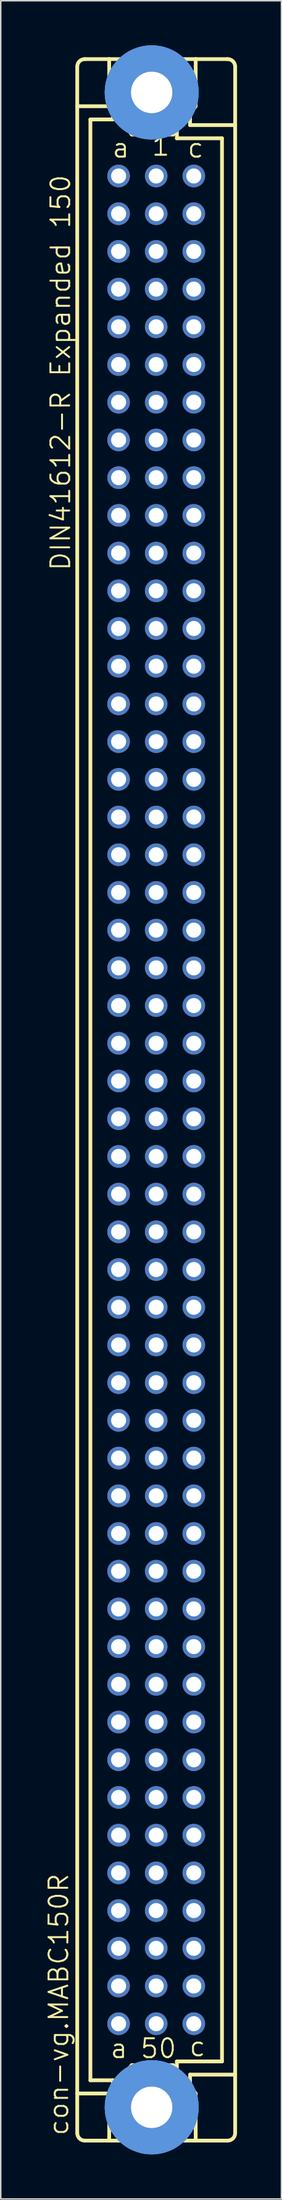
<source format=kicad_pcb>
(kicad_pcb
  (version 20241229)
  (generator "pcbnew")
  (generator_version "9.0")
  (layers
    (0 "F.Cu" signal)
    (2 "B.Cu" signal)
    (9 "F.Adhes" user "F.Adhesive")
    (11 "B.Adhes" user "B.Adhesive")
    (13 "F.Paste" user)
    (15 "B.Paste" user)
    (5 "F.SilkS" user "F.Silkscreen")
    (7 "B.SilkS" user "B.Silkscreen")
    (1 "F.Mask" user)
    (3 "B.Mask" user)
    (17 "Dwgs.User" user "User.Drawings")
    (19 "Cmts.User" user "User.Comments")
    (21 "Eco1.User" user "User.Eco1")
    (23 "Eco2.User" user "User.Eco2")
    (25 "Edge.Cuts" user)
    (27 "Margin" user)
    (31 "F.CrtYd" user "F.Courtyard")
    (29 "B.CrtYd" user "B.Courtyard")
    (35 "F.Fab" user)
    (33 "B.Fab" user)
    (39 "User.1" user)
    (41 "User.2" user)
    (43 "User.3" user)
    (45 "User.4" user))
  (footprint "con-vg.MABC150R"
    (layer "F.Cu")
    (at 7.502 71.035)
    (property "Reference" "con-vg.MABC150R" (at -5.842 69.85 90) (layer "F.SilkS") (effects (font (size 1.27 1.27) (thickness 0.13)) (justify left bottom)))
    (attr through_hole)
    (fp_line (start -5.334 -66.929) (end -5.334 -69.596) (stroke (width 0.254) (type default)) (layer "F.SilkS"))
    (fp_line (start -5.334 -66.929) (end -3.175 -66.929) (stroke (width 0.254) (type default)) (layer "F.SilkS"))
    (fp_line (start -5.334 66.929) (end -5.334 -66.929) (stroke (width 0.254) (type default)) (layer "F.SilkS"))
    (fp_line (start -5.334 66.929) (end -3.175 66.929) (stroke (width 0.254) (type default)) (layer "F.SilkS"))
    (fp_line (start -5.334 69.596) (end -5.334 66.929) (stroke (width 0.254) (type default)) (layer "F.SilkS"))
    (fp_line (start -4.826 -70.104) (end -3.175 -70.104) (stroke (width 0.254) (type default)) (layer "F.SilkS"))
    (fp_line (start -4.826 70.104) (end -3.175 70.104) (stroke (width 0.254) (type default)) (layer "F.SilkS"))
    (fp_line (start -4.445 -66.04) (end -4.445 66.04) (stroke (width 0.254) (type default)) (layer "F.SilkS"))
    (fp_line (start -4.445 66.04) (end -2.921 66.04) (stroke (width 0.254) (type default)) (layer "F.SilkS"))
    (fp_line (start -3.175 -70.104) (end -3.175 -66.929) (stroke (width 0.254) (type default)) (layer "F.SilkS"))
    (fp_line (start -3.175 70.104) (end -3.175 66.929) (stroke (width 0.254) (type default)) (layer "F.SilkS"))
    (fp_line (start -3.175 70.104) (end 2.667 70.104) (stroke (width 0.254) (type default)) (layer "F.SilkS"))
    (fp_line (start -2.921 -66.548) (end -2.921 -66.04) (stroke (width 0.254) (type default)) (layer "F.SilkS"))
    (fp_line (start -2.921 -66.04) (end -4.445 -66.04) (stroke (width 0.254) (type default)) (layer "F.SilkS"))
    (fp_line (start -2.921 66.04) (end -2.921 66.548) (stroke (width 0.254) (type default)) (layer "F.SilkS"))
    (fp_line (start -1.651 -65.024) (end -3.175 -66.929) (stroke (width 0.254) (type default)) (layer "F.SilkS"))
    (fp_line (start -1.651 65.024) (end -3.175 66.929) (stroke (width 0.254) (type default)) (layer "F.SilkS"))
    (fp_line (start -1.651 65.024) (end 1.143 65.024) (stroke (width 0.254) (type default)) (layer "F.SilkS"))
    (fp_line (start 1.143 -65.024) (end -1.651 -65.024) (stroke (width 0.254) (type default)) (layer "F.SilkS"))
    (fp_line (start 1.143 -65.024) (end 2.667 -66.929) (stroke (width 0.254) (type default)) (layer "F.SilkS"))
    (fp_line (start 1.143 65.024) (end 1.397 65.405) (stroke (width 0.254) (type default)) (layer "F.SilkS"))
    (fp_line (start 1.143 65.024) (end 2.667 66.929) (stroke (width 0.254) (type default)) (layer "F.SilkS"))
    (fp_line (start 1.397 -64.77) (end 1.397 -65.278) (stroke (width 0.254) (type default)) (layer "F.SilkS"))
    (fp_line (start 1.397 64.77) (end 4.445 64.77) (stroke (width 0.254) (type default)) (layer "F.SilkS"))
    (fp_line (start 1.397 65.405) (end 1.397 64.77) (stroke (width 0.254) (type default)) (layer "F.SilkS"))
    (fp_line (start 2.286 -65.659) (end 2.286 -66.421) (stroke (width 0.254) (type default)) (layer "F.SilkS"))
    (fp_line (start 2.286 65.659) (end 2.286 66.421) (stroke (width 0.254) (type default)) (layer "F.SilkS"))
    (fp_line (start 2.286 65.659) (end 5.334 65.659) (stroke (width 0.254) (type default)) (layer "F.SilkS"))
    (fp_line (start 2.667 -70.104) (end -3.175 -70.104) (stroke (width 0.254) (type default)) (layer "F.SilkS"))
    (fp_line (start 2.667 -70.104) (end 2.667 -66.929) (stroke (width 0.254) (type default)) (layer "F.SilkS"))
    (fp_line (start 2.667 70.104) (end 2.667 66.929) (stroke (width 0.254) (type default)) (layer "F.SilkS"))
    (fp_line (start 2.667 70.104) (end 4.826 70.104) (stroke (width 0.254) (type default)) (layer "F.SilkS"))
    (fp_line (start 4.445 -64.77) (end 1.397 -64.77) (stroke (width 0.254) (type default)) (layer "F.SilkS"))
    (fp_line (start 4.445 64.77) (end 4.445 -64.77) (stroke (width 0.254) (type default)) (layer "F.SilkS"))
    (fp_line (start 4.826 -70.104) (end 2.667 -70.104) (stroke (width 0.254) (type default)) (layer "F.SilkS"))
    (fp_line (start 5.334 -65.659) (end 2.286 -65.659) (stroke (width 0.254) (type default)) (layer "F.SilkS"))
    (fp_line (start 5.334 -65.659) (end 5.334 -69.596) (stroke (width 0.254) (type default)) (layer "F.SilkS"))
    (fp_line (start 5.334 65.659) (end 5.334 -65.659) (stroke (width 0.254) (type default)) (layer "F.SilkS"))
    (fp_line (start 5.334 69.596) (end 5.334 65.659) (stroke (width 0.254) (type default)) (layer "F.SilkS"))
    (fp_arc (start -5.334 -69.596) (mid -5.18521 -69.95521) (end -4.826 -70.104) (stroke (width 0.254) (type default)) (layer "F.SilkS"))
    (fp_arc (start -4.826 70.104) (mid -5.18521 69.95521) (end -5.334 69.596) (stroke (width 0.254) (type default)) (layer "F.SilkS"))
    (fp_arc (start 4.826 -70.104) (mid 5.18521 -69.95521) (end 5.334 -69.596) (stroke (width 0.254) (type default)) (layer "F.SilkS"))
    (fp_arc (start 5.334 69.596) (mid 5.18521 69.95521) (end 4.826 70.104) (stroke (width 0.254) (type default)) (layer "F.SilkS"))
    (fp_circle (center -0.305 -67.86) (end 0.965 -67.86) (stroke (width 0.254) (type default)) (fill no) (layer "F.SilkS"))
    (fp_circle (center -0.305 67.86) (end 0.965 67.86) (stroke (width 0.254) (type default)) (fill no) (layer "F.SilkS"))
    (fp_circle (center -0.305 -67.86) (end 1.981 -67.86) (stroke (width 1.778) (type default)) (fill no) (layer "Cmts.User"))
    (fp_circle (center -0.305 -67.86) (end 1.981 -67.86) (stroke (width 1.778) (type default)) (fill no) (layer "Cmts.User"))
    (fp_circle (center -0.305 67.86) (end 1.981 67.86) (stroke (width 1.778) (type default)) (fill no) (layer "Cmts.User"))
    (fp_circle (center -0.305 67.86) (end 1.981 67.86) (stroke (width 1.778) (type default)) (fill no) (layer "Cmts.User"))
    (fp_text user "c" (at 2.032 -63.373 0) (layer "F.SilkS") (effects (font (size 1.27 1.27) (thickness 0.13)) (justify left bottom)))
    (fp_text user "a " (at -3.175 64.643 0) (layer "F.SilkS") (effects (font (size 1.27 1.27) (thickness 0.13)) (justify left bottom)))
    (fp_text user "50" (at -1.143 64.643 0) (layer "F.SilkS") (effects (font (size 1.27 1.27) (thickness 0.13)) (justify left bottom)))
    (fp_text user "1" (at -0.381 -63.5 0) (layer "F.SilkS") (effects (font (size 1.27 1.27) (thickness 0.13)) (justify left bottom)))
    (fp_text user "DIN41612-R Expanded 150" (at -5.715 -35.56 90) (layer "F.SilkS") (effects (font (size 1.27 1.27) (thickness 0.13)) (justify left bottom)))
    (fp_text user "a" (at -3.048 -63.373 0) (layer "F.SilkS") (effects (font (size 1.27 1.27) (thickness 0.13)) (justify left bottom)))
    (fp_text user "c " (at 2.159 64.516 0) (layer "F.SilkS") (effects (font (size 1.27 1.27) (thickness 0.13)) (justify left bottom)))
    (pad "" np_thru_hole circle (at -0.305 -67.86) (size 2.794 2.794) (drill 2.794) (layers "*.Cu" "*.Mask"))
    (pad "" np_thru_hole circle (at -0.305 67.86) (size 2.794 2.794) (drill 2.794) (layers "*.Cu" "*.Mask"))
    (pad "A1" thru_hole circle (at -2.54 -62.23) (size 1.524 1.524) (drill 1.016) (layers "*.Cu" "*.Mask"))
    (pad "A2" thru_hole circle (at -2.54 -59.69) (size 1.524 1.524) (drill 1.016) (layers "*.Cu" "*.Mask"))
    (pad "A3" thru_hole circle (at -2.54 -57.15) (size 1.524 1.524) (drill 1.016) (layers "*.Cu" "*.Mask"))
    (pad "A4" thru_hole circle (at -2.54 -54.61) (size 1.524 1.524) (drill 1.016) (layers "*.Cu" "*.Mask"))
    (pad "A5" thru_hole circle (at -2.54 -52.07) (size 1.524 1.524) (drill 1.016) (layers "*.Cu" "*.Mask"))
    (pad "A6" thru_hole circle (at -2.54 -49.53) (size 1.524 1.524) (drill 1.016) (layers "*.Cu" "*.Mask"))
    (pad "A7" thru_hole circle (at -2.54 -46.99) (size 1.524 1.524) (drill 1.016) (layers "*.Cu" "*.Mask"))
    (pad "A8" thru_hole circle (at -2.54 -44.45) (size 1.524 1.524) (drill 1.016) (layers "*.Cu" "*.Mask"))
    (pad "A9" thru_hole circle (at -2.54 -41.91) (size 1.524 1.524) (drill 1.016) (layers "*.Cu" "*.Mask"))
    (pad "A10" thru_hole circle (at -2.54 -39.37) (size 1.524 1.524) (drill 1.016) (layers "*.Cu" "*.Mask"))
    (pad "A11" thru_hole circle (at -2.54 -36.83) (size 1.524 1.524) (drill 1.016) (layers "*.Cu" "*.Mask"))
    (pad "A12" thru_hole circle (at -2.54 -34.29) (size 1.524 1.524) (drill 1.016) (layers "*.Cu" "*.Mask"))
    (pad "A13" thru_hole circle (at -2.54 -31.75) (size 1.524 1.524) (drill 1.016) (layers "*.Cu" "*.Mask"))
    (pad "A14" thru_hole circle (at -2.54 -29.21) (size 1.524 1.524) (drill 1.016) (layers "*.Cu" "*.Mask"))
    (pad "A15" thru_hole circle (at -2.54 -26.67) (size 1.524 1.524) (drill 1.016) (layers "*.Cu" "*.Mask"))
    (pad "A16" thru_hole circle (at -2.54 -24.13) (size 1.524 1.524) (drill 1.016) (layers "*.Cu" "*.Mask"))
    (pad "A17" thru_hole circle (at -2.54 -21.59) (size 1.524 1.524) (drill 1.016) (layers "*.Cu" "*.Mask"))
    (pad "A18" thru_hole circle (at -2.54 -19.05) (size 1.524 1.524) (drill 1.016) (layers "*.Cu" "*.Mask"))
    (pad "A19" thru_hole circle (at -2.54 -16.51) (size 1.524 1.524) (drill 1.016) (layers "*.Cu" "*.Mask"))
    (pad "A20" thru_hole circle (at -2.54 -13.97) (size 1.524 1.524) (drill 1.016) (layers "*.Cu" "*.Mask"))
    (pad "A21" thru_hole circle (at -2.54 -11.43) (size 1.524 1.524) (drill 1.016) (layers "*.Cu" "*.Mask"))
    (pad "A22" thru_hole circle (at -2.54 -8.89) (size 1.524 1.524) (drill 1.016) (layers "*.Cu" "*.Mask"))
    (pad "A23" thru_hole circle (at -2.54 -6.35) (size 1.524 1.524) (drill 1.016) (layers "*.Cu" "*.Mask"))
    (pad "A24" thru_hole circle (at -2.54 -3.81) (size 1.524 1.524) (drill 1.016) (layers "*.Cu" "*.Mask"))
    (pad "A25" thru_hole circle (at -2.54 -1.27) (size 1.524 1.524) (drill 1.016) (layers "*.Cu" "*.Mask"))
    (pad "A26" thru_hole circle (at -2.54 1.27) (size 1.524 1.524) (drill 1.016) (layers "*.Cu" "*.Mask"))
    (pad "A27" thru_hole circle (at -2.54 3.81) (size 1.524 1.524) (drill 1.016) (layers "*.Cu" "*.Mask"))
    (pad "A28" thru_hole circle (at -2.54 6.35) (size 1.524 1.524) (drill 1.016) (layers "*.Cu" "*.Mask"))
    (pad "A29" thru_hole circle (at -2.54 8.89) (size 1.524 1.524) (drill 1.016) (layers "*.Cu" "*.Mask"))
    (pad "A30" thru_hole circle (at -2.54 11.43) (size 1.524 1.524) (drill 1.016) (layers "*.Cu" "*.Mask"))
    (pad "A31" thru_hole circle (at -2.54 13.97) (size 1.524 1.524) (drill 1.016) (layers "*.Cu" "*.Mask"))
    (pad "A32" thru_hole circle (at -2.54 16.51) (size 1.524 1.524) (drill 1.016) (layers "*.Cu" "*.Mask"))
    (pad "A33" thru_hole circle (at -2.54 19.05) (size 1.524 1.524) (drill 1.016) (layers "*.Cu" "*.Mask"))
    (pad "A34" thru_hole circle (at -2.54 21.59) (size 1.524 1.524) (drill 1.016) (layers "*.Cu" "*.Mask"))
    (pad "A35" thru_hole circle (at -2.54 24.13) (size 1.524 1.524) (drill 1.016) (layers "*.Cu" "*.Mask"))
    (pad "A36" thru_hole circle (at -2.54 26.67) (size 1.524 1.524) (drill 1.016) (layers "*.Cu" "*.Mask"))
    (pad "A37" thru_hole circle (at -2.54 29.21) (size 1.524 1.524) (drill 1.016) (layers "*.Cu" "*.Mask"))
    (pad "A38" thru_hole circle (at -2.54 31.75) (size 1.524 1.524) (drill 1.016) (layers "*.Cu" "*.Mask"))
    (pad "A39" thru_hole circle (at -2.54 34.29) (size 1.524 1.524) (drill 1.016) (layers "*.Cu" "*.Mask"))
    (pad "A40" thru_hole circle (at -2.54 36.83) (size 1.524 1.524) (drill 1.016) (layers "*.Cu" "*.Mask"))
    (pad "A41" thru_hole circle (at -2.54 39.37) (size 1.524 1.524) (drill 1.016) (layers "*.Cu" "*.Mask"))
    (pad "A42" thru_hole circle (at -2.54 41.91) (size 1.524 1.524) (drill 1.016) (layers "*.Cu" "*.Mask"))
    (pad "A43" thru_hole circle (at -2.54 44.45) (size 1.524 1.524) (drill 1.016) (layers "*.Cu" "*.Mask"))
    (pad "A44" thru_hole circle (at -2.54 46.99) (size 1.524 1.524) (drill 1.016) (layers "*.Cu" "*.Mask"))
    (pad "A45" thru_hole circle (at -2.54 49.53) (size 1.524 1.524) (drill 1.016) (layers "*.Cu" "*.Mask"))
    (pad "A46" thru_hole circle (at -2.54 52.07) (size 1.524 1.524) (drill 1.016) (layers "*.Cu" "*.Mask"))
    (pad "A47" thru_hole circle (at -2.54 54.61) (size 1.524 1.524) (drill 1.016) (layers "*.Cu" "*.Mask"))
    (pad "A48" thru_hole circle (at -2.54 57.15) (size 1.524 1.524) (drill 1.016) (layers "*.Cu" "*.Mask"))
    (pad "A49" thru_hole circle (at -2.54 59.69) (size 1.524 1.524) (drill 1.016) (layers "*.Cu" "*.Mask"))
    (pad "A50" thru_hole circle (at -2.54 62.23) (size 1.524 1.524) (drill 1.016) (layers "*.Cu" "*.Mask"))
    (pad "B1" thru_hole circle (at 0 -62.23) (size 1.524 1.524) (drill 1.016) (layers "*.Cu" "*.Mask"))
    (pad "B2" thru_hole circle (at 0 -59.69) (size 1.524 1.524) (drill 1.016) (layers "*.Cu" "*.Mask"))
    (pad "B3" thru_hole circle (at 0 -57.15) (size 1.524 1.524) (drill 1.016) (layers "*.Cu" "*.Mask"))
    (pad "B4" thru_hole circle (at 0 -54.61) (size 1.524 1.524) (drill 1.016) (layers "*.Cu" "*.Mask"))
    (pad "B5" thru_hole circle (at 0 -52.07) (size 1.524 1.524) (drill 1.016) (layers "*.Cu" "*.Mask"))
    (pad "B6" thru_hole circle (at 0 -49.53) (size 1.524 1.524) (drill 1.016) (layers "*.Cu" "*.Mask"))
    (pad "B7" thru_hole circle (at 0 -46.99) (size 1.524 1.524) (drill 1.016) (layers "*.Cu" "*.Mask"))
    (pad "B8" thru_hole circle (at 0 -44.45) (size 1.524 1.524) (drill 1.016) (layers "*.Cu" "*.Mask"))
    (pad "B9" thru_hole circle (at 0 -41.91) (size 1.524 1.524) (drill 1.016) (layers "*.Cu" "*.Mask"))
    (pad "B10" thru_hole circle (at 0 -39.37) (size 1.524 1.524) (drill 1.016) (layers "*.Cu" "*.Mask"))
    (pad "B11" thru_hole circle (at 0 -36.83) (size 1.524 1.524) (drill 1.016) (layers "*.Cu" "*.Mask"))
    (pad "B12" thru_hole circle (at 0 -34.29) (size 1.524 1.524) (drill 1.016) (layers "*.Cu" "*.Mask"))
    (pad "B13" thru_hole circle (at 0 -31.75) (size 1.524 1.524) (drill 1.016) (layers "*.Cu" "*.Mask"))
    (pad "B14" thru_hole circle (at 0 -29.21) (size 1.524 1.524) (drill 1.016) (layers "*.Cu" "*.Mask"))
    (pad "B15" thru_hole circle (at 0 -26.67) (size 1.524 1.524) (drill 1.016) (layers "*.Cu" "*.Mask"))
    (pad "B16" thru_hole circle (at 0 -24.13) (size 1.524 1.524) (drill 1.016) (layers "*.Cu" "*.Mask"))
    (pad "B17" thru_hole circle (at 0 -21.59) (size 1.524 1.524) (drill 1.016) (layers "*.Cu" "*.Mask"))
    (pad "B18" thru_hole circle (at 0 -19.05) (size 1.524 1.524) (drill 1.016) (layers "*.Cu" "*.Mask"))
    (pad "B19" thru_hole circle (at 0 -16.51) (size 1.524 1.524) (drill 1.016) (layers "*.Cu" "*.Mask"))
    (pad "B20" thru_hole circle (at 0 -13.97) (size 1.524 1.524) (drill 1.016) (layers "*.Cu" "*.Mask"))
    (pad "B21" thru_hole circle (at 0 -11.43) (size 1.524 1.524) (drill 1.016) (layers "*.Cu" "*.Mask"))
    (pad "B22" thru_hole circle (at 0 -8.89) (size 1.524 1.524) (drill 1.016) (layers "*.Cu" "*.Mask"))
    (pad "B23" thru_hole circle (at 0 -6.35) (size 1.524 1.524) (drill 1.016) (layers "*.Cu" "*.Mask"))
    (pad "B24" thru_hole circle (at 0 -3.81) (size 1.524 1.524) (drill 1.016) (layers "*.Cu" "*.Mask"))
    (pad "B25" thru_hole circle (at 0 -1.27) (size 1.524 1.524) (drill 1.016) (layers "*.Cu" "*.Mask"))
    (pad "B26" thru_hole circle (at 0 1.27) (size 1.524 1.524) (drill 1.016) (layers "*.Cu" "*.Mask"))
    (pad "B27" thru_hole circle (at 0 3.81) (size 1.524 1.524) (drill 1.016) (layers "*.Cu" "*.Mask"))
    (pad "B28" thru_hole circle (at 0 6.35) (size 1.524 1.524) (drill 1.016) (layers "*.Cu" "*.Mask"))
    (pad "B29" thru_hole circle (at 0 8.89) (size 1.524 1.524) (drill 1.016) (layers "*.Cu" "*.Mask"))
    (pad "B30" thru_hole circle (at 0 11.43) (size 1.524 1.524) (drill 1.016) (layers "*.Cu" "*.Mask"))
    (pad "B31" thru_hole circle (at 0 13.97) (size 1.524 1.524) (drill 1.016) (layers "*.Cu" "*.Mask"))
    (pad "B32" thru_hole circle (at 0 16.51) (size 1.524 1.524) (drill 1.016) (layers "*.Cu" "*.Mask"))
    (pad "B33" thru_hole circle (at 0 19.05) (size 1.524 1.524) (drill 1.016) (layers "*.Cu" "*.Mask"))
    (pad "B34" thru_hole circle (at 0 21.59) (size 1.524 1.524) (drill 1.016) (layers "*.Cu" "*.Mask"))
    (pad "B35" thru_hole circle (at 0 24.13) (size 1.524 1.524) (drill 1.016) (layers "*.Cu" "*.Mask"))
    (pad "B36" thru_hole circle (at 0 26.67) (size 1.524 1.524) (drill 1.016) (layers "*.Cu" "*.Mask"))
    (pad "B37" thru_hole circle (at 0 29.21) (size 1.524 1.524) (drill 1.016) (layers "*.Cu" "*.Mask"))
    (pad "B38" thru_hole circle (at 0 31.75) (size 1.524 1.524) (drill 1.016) (layers "*.Cu" "*.Mask"))
    (pad "B39" thru_hole circle (at 0 34.29) (size 1.524 1.524) (drill 1.016) (layers "*.Cu" "*.Mask"))
    (pad "B40" thru_hole circle (at 0 36.83) (size 1.524 1.524) (drill 1.016) (layers "*.Cu" "*.Mask"))
    (pad "B41" thru_hole circle (at 0 39.37) (size 1.524 1.524) (drill 1.016) (layers "*.Cu" "*.Mask"))
    (pad "B42" thru_hole circle (at 0 41.91) (size 1.524 1.524) (drill 1.016) (layers "*.Cu" "*.Mask"))
    (pad "B43" thru_hole circle (at 0 44.45) (size 1.524 1.524) (drill 1.016) (layers "*.Cu" "*.Mask"))
    (pad "B44" thru_hole circle (at 0 46.99) (size 1.524 1.524) (drill 1.016) (layers "*.Cu" "*.Mask"))
    (pad "B45" thru_hole circle (at 0 49.53) (size 1.524 1.524) (drill 1.016) (layers "*.Cu" "*.Mask"))
    (pad "B46" thru_hole circle (at 0 52.07) (size 1.524 1.524) (drill 1.016) (layers "*.Cu" "*.Mask"))
    (pad "B47" thru_hole circle (at 0 54.61) (size 1.524 1.524) (drill 1.016) (layers "*.Cu" "*.Mask"))
    (pad "B48" thru_hole circle (at 0 57.15) (size 1.524 1.524) (drill 1.016) (layers "*.Cu" "*.Mask"))
    (pad "B49" thru_hole circle (at 0 59.69) (size 1.524 1.524) (drill 1.016) (layers "*.Cu" "*.Mask"))
    (pad "B50" thru_hole circle (at 0 62.23) (size 1.524 1.524) (drill 1.016) (layers "*.Cu" "*.Mask"))
    (pad "C1" thru_hole circle (at 2.54 -62.23) (size 1.524 1.524) (drill 1.016) (layers "*.Cu" "*.Mask"))
    (pad "C2" thru_hole circle (at 2.54 -59.69) (size 1.524 1.524) (drill 1.016) (layers "*.Cu" "*.Mask"))
    (pad "C3" thru_hole circle (at 2.54 -57.15) (size 1.524 1.524) (drill 1.016) (layers "*.Cu" "*.Mask"))
    (pad "C4" thru_hole circle (at 2.54 -54.61) (size 1.524 1.524) (drill 1.016) (layers "*.Cu" "*.Mask"))
    (pad "C5" thru_hole circle (at 2.54 -52.07) (size 1.524 1.524) (drill 1.016) (layers "*.Cu" "*.Mask"))
    (pad "C6" thru_hole circle (at 2.54 -49.53) (size 1.524 1.524) (drill 1.016) (layers "*.Cu" "*.Mask"))
    (pad "C7" thru_hole circle (at 2.54 -46.99) (size 1.524 1.524) (drill 1.016) (layers "*.Cu" "*.Mask"))
    (pad "C8" thru_hole circle (at 2.54 -44.45) (size 1.524 1.524) (drill 1.016) (layers "*.Cu" "*.Mask"))
    (pad "C9" thru_hole circle (at 2.54 -41.91) (size 1.524 1.524) (drill 1.016) (layers "*.Cu" "*.Mask"))
    (pad "C10" thru_hole circle (at 2.54 -39.37) (size 1.524 1.524) (drill 1.016) (layers "*.Cu" "*.Mask"))
    (pad "C11" thru_hole circle (at 2.54 -36.83) (size 1.524 1.524) (drill 1.016) (layers "*.Cu" "*.Mask"))
    (pad "C12" thru_hole circle (at 2.54 -34.29) (size 1.524 1.524) (drill 1.016) (layers "*.Cu" "*.Mask"))
    (pad "C13" thru_hole circle (at 2.54 -31.75) (size 1.524 1.524) (drill 1.016) (layers "*.Cu" "*.Mask"))
    (pad "C14" thru_hole circle (at 2.54 -29.21) (size 1.524 1.524) (drill 1.016) (layers "*.Cu" "*.Mask"))
    (pad "C15" thru_hole circle (at 2.54 -26.67) (size 1.524 1.524) (drill 1.016) (layers "*.Cu" "*.Mask"))
    (pad "C16" thru_hole circle (at 2.54 -24.13) (size 1.524 1.524) (drill 1.016) (layers "*.Cu" "*.Mask"))
    (pad "C17" thru_hole circle (at 2.54 -21.59) (size 1.524 1.524) (drill 1.016) (layers "*.Cu" "*.Mask"))
    (pad "C18" thru_hole circle (at 2.54 -19.05) (size 1.524 1.524) (drill 1.016) (layers "*.Cu" "*.Mask"))
    (pad "C19" thru_hole circle (at 2.54 -16.51) (size 1.524 1.524) (drill 1.016) (layers "*.Cu" "*.Mask"))
    (pad "C20" thru_hole circle (at 2.54 -13.97) (size 1.524 1.524) (drill 1.016) (layers "*.Cu" "*.Mask"))
    (pad "C21" thru_hole circle (at 2.54 -11.43) (size 1.524 1.524) (drill 1.016) (layers "*.Cu" "*.Mask"))
    (pad "C22" thru_hole circle (at 2.54 -8.89) (size 1.524 1.524) (drill 1.016) (layers "*.Cu" "*.Mask"))
    (pad "C23" thru_hole circle (at 2.54 -6.35) (size 1.524 1.524) (drill 1.016) (layers "*.Cu" "*.Mask"))
    (pad "C24" thru_hole circle (at 2.54 -3.81) (size 1.524 1.524) (drill 1.016) (layers "*.Cu" "*.Mask"))
    (pad "C25" thru_hole circle (at 2.54 -1.27) (size 1.524 1.524) (drill 1.016) (layers "*.Cu" "*.Mask"))
    (pad "C26" thru_hole circle (at 2.54 1.27) (size 1.524 1.524) (drill 1.016) (layers "*.Cu" "*.Mask"))
    (pad "C27" thru_hole circle (at 2.54 3.81) (size 1.524 1.524) (drill 1.016) (layers "*.Cu" "*.Mask"))
    (pad "C28" thru_hole circle (at 2.54 6.35) (size 1.524 1.524) (drill 1.016) (layers "*.Cu" "*.Mask"))
    (pad "C29" thru_hole circle (at 2.54 8.89) (size 1.524 1.524) (drill 1.016) (layers "*.Cu" "*.Mask"))
    (pad "C30" thru_hole circle (at 2.54 11.43) (size 1.524 1.524) (drill 1.016) (layers "*.Cu" "*.Mask"))
    (pad "C31" thru_hole circle (at 2.54 13.97) (size 1.524 1.524) (drill 1.016) (layers "*.Cu" "*.Mask"))
    (pad "C32" thru_hole circle (at 2.54 16.51) (size 1.524 1.524) (drill 1.016) (layers "*.Cu" "*.Mask"))
    (pad "C33" thru_hole circle (at 2.54 19.05) (size 1.524 1.524) (drill 1.016) (layers "*.Cu" "*.Mask"))
    (pad "C34" thru_hole circle (at 2.54 21.59) (size 1.524 1.524) (drill 1.016) (layers "*.Cu" "*.Mask"))
    (pad "C35" thru_hole circle (at 2.54 24.13) (size 1.524 1.524) (drill 1.016) (layers "*.Cu" "*.Mask"))
    (pad "C36" thru_hole circle (at 2.54 26.67) (size 1.524 1.524) (drill 1.016) (layers "*.Cu" "*.Mask"))
    (pad "C37" thru_hole circle (at 2.54 29.21) (size 1.524 1.524) (drill 1.016) (layers "*.Cu" "*.Mask"))
    (pad "C38" thru_hole circle (at 2.54 31.75) (size 1.524 1.524) (drill 1.016) (layers "*.Cu" "*.Mask"))
    (pad "C39" thru_hole circle (at 2.54 34.29) (size 1.524 1.524) (drill 1.016) (layers "*.Cu" "*.Mask"))
    (pad "C40" thru_hole circle (at 2.54 36.83) (size 1.524 1.524) (drill 1.016) (layers "*.Cu" "*.Mask"))
    (pad "C41" thru_hole circle (at 2.54 39.37) (size 1.524 1.524) (drill 1.016) (layers "*.Cu" "*.Mask"))
    (pad "C42" thru_hole circle (at 2.54 41.91) (size 1.524 1.524) (drill 1.016) (layers "*.Cu" "*.Mask"))
    (pad "C43" thru_hole circle (at 2.54 44.45) (size 1.524 1.524) (drill 1.016) (layers "*.Cu" "*.Mask"))
    (pad "C44" thru_hole circle (at 2.54 46.99) (size 1.524 1.524) (drill 1.016) (layers "*.Cu" "*.Mask"))
    (pad "C45" thru_hole circle (at 2.54 49.53) (size 1.524 1.524) (drill 1.016) (layers "*.Cu" "*.Mask"))
    (pad "C46" thru_hole circle (at 2.54 52.07) (size 1.524 1.524) (drill 1.016) (layers "*.Cu" "*.Mask"))
    (pad "C47" thru_hole circle (at 2.54 54.61) (size 1.524 1.524) (drill 1.016) (layers "*.Cu" "*.Mask"))
    (pad "C48" thru_hole circle (at 2.54 57.15) (size 1.524 1.524) (drill 1.016) (layers "*.Cu" "*.Mask"))
    (pad "C49" thru_hole circle (at 2.54 59.69) (size 1.524 1.524) (drill 1.016) (layers "*.Cu" "*.Mask"))
    (pad "C50" thru_hole circle (at 2.54 62.23) (size 1.524 1.524) (drill 1.016) (layers "*.Cu" "*.Mask")))
  (gr_rect
    (start -3 -3)
    (end 15.963 145.07)
    (stroke (width 0.1) (type default))
    (fill no)
    (layer "Edge.Cuts")))
</source>
